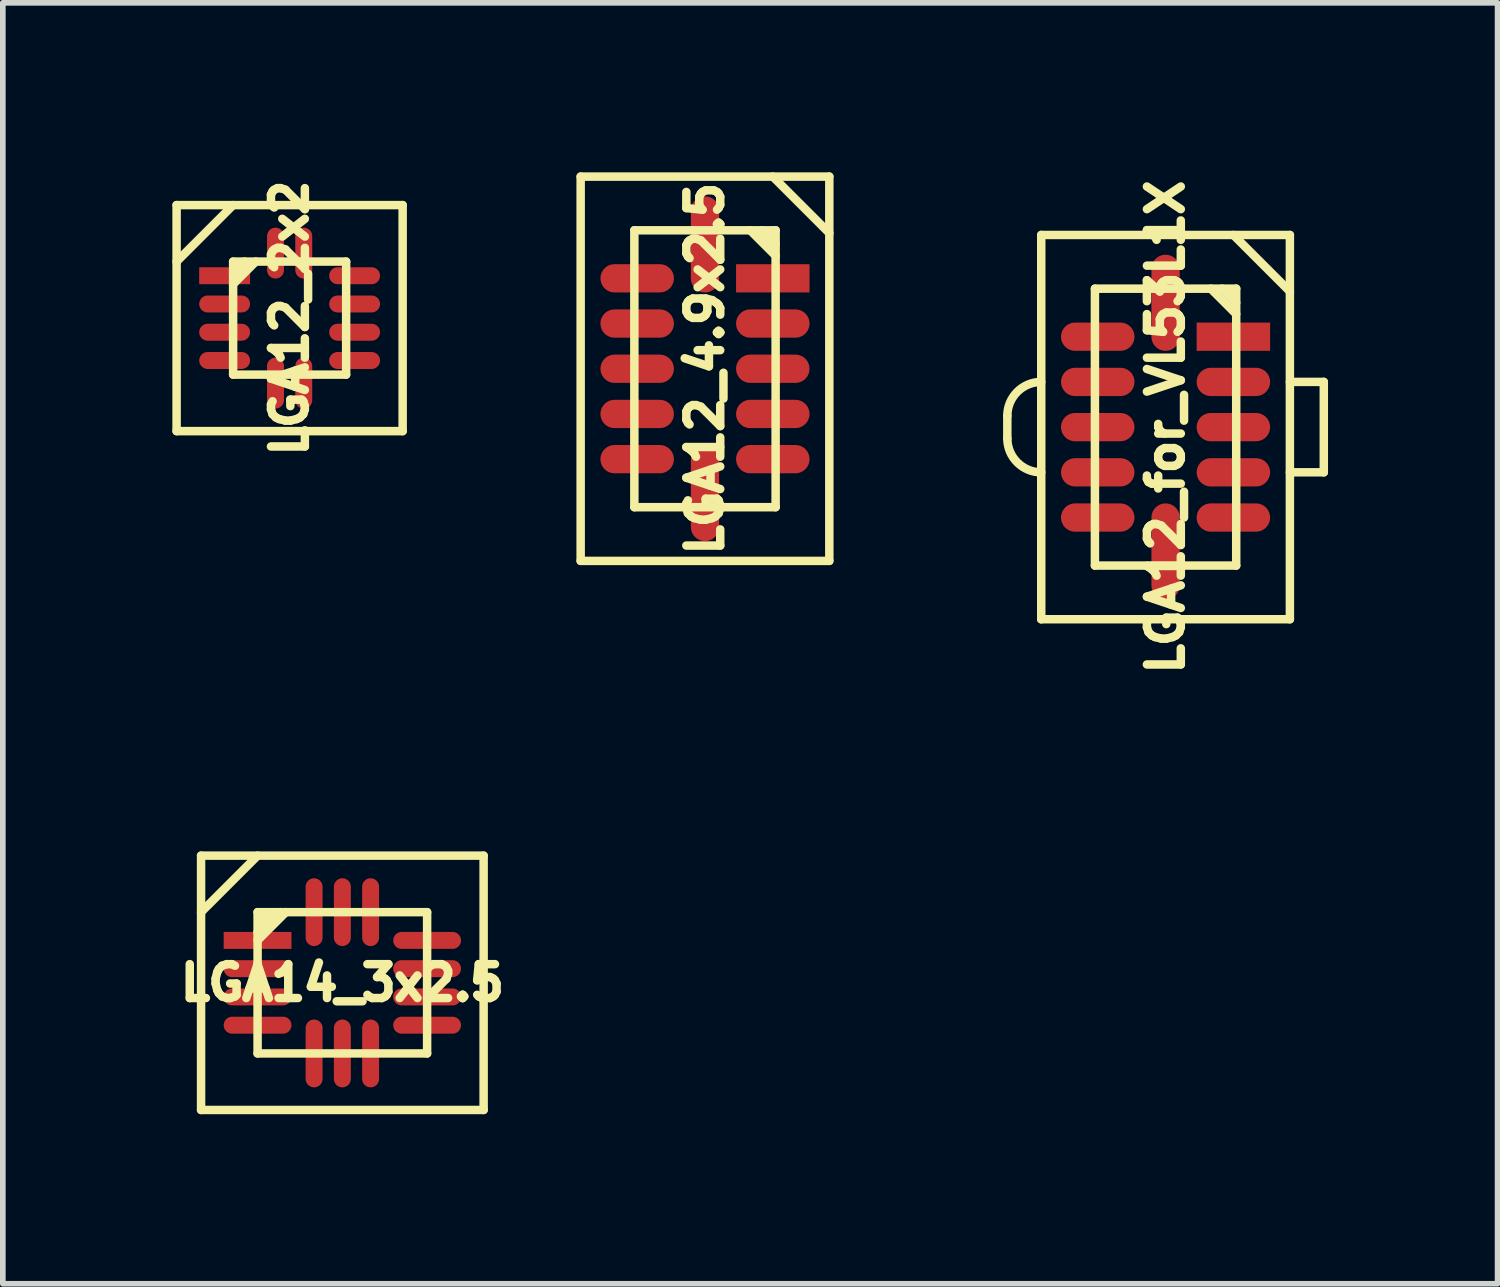
<source format=kicad_pcb>
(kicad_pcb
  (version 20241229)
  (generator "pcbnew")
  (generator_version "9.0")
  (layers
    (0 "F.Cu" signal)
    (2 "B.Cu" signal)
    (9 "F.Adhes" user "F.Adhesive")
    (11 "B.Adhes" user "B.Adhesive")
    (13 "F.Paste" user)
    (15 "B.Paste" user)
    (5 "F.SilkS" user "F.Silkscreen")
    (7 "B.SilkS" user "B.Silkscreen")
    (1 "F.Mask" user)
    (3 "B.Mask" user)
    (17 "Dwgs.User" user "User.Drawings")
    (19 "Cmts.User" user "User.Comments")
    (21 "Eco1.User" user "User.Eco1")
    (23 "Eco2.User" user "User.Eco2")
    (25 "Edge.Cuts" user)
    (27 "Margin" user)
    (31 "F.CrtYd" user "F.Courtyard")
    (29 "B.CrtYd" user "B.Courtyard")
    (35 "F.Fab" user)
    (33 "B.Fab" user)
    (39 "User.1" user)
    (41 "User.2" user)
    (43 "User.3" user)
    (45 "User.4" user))
  (footprint "LGA14_3x2.5"
    (layer "F.Cu")
    (at 3.008 14.341)
    (property "Reference" "LGA14_3x2.5" (at 0 0 0) (layer "F.SilkS") (effects (font (size 0.6 0.6) (thickness 0.15))))
    (attr through_hole)
    (fp_line (start -2.5 -2.25) (end -2.5 2.25) (stroke (width 0.15) (type solid)) (layer "F.SilkS"))
    (fp_line (start -2.5 2.25) (end 2.5 2.25) (stroke (width 0.15) (type solid)) (layer "F.SilkS"))
    (fp_line (start -1.5 -2.25) (end -2.5 -1.25) (stroke (width 0.15) (type solid)) (layer "F.SilkS"))
    (fp_line (start -1.5 -1.25) (end 1.5 -1.25) (stroke (width 0.15) (type solid)) (layer "F.SilkS"))
    (fp_line (start -1.5 -0.9) (end -1.1 -1.25) (stroke (width 0.15) (type solid)) (layer "F.SilkS"))
    (fp_line (start -1.5 -0.75) (end -1 -1.25) (stroke (width 0.15) (type solid)) (layer "F.SilkS"))
    (fp_line (start -1.5 1.25) (end -1.5 -1.25) (stroke (width 0.15) (type solid)) (layer "F.SilkS"))
    (fp_line (start -1.1 -1.25) (end -1.45 -1.1) (stroke (width 0.15) (type solid)) (layer "F.SilkS"))
    (fp_line (start 1.5 -1.25) (end 1.5 1.25) (stroke (width 0.15) (type solid)) (layer "F.SilkS"))
    (fp_line (start 1.5 1.25) (end -1.5 1.25) (stroke (width 0.15) (type solid)) (layer "F.SilkS"))
    (fp_line (start 2.5 -2.25) (end -2.5 -2.25) (stroke (width 0.15) (type solid)) (layer "F.SilkS"))
    (fp_line (start 2.5 2.25) (end 2.5 -2.25) (stroke (width 0.15) (type solid)) (layer "F.SilkS"))
    (pad "1" smd rect (at -1.5 -0.75) (size 1.2 0.3) (layers "F.Cu" "F.Mask" "F.Paste"))
    (pad "2" smd oval (at -1.5 -0.25) (size 1.2 0.3) (layers "F.Cu" "F.Mask" "F.Paste"))
    (pad "3" smd oval (at -1.5 0.25) (size 1.2 0.3) (layers "F.Cu" "F.Mask" "F.Paste"))
    (pad "4" smd oval (at -1.5 0.75) (size 1.2 0.3) (layers "F.Cu" "F.Mask" "F.Paste"))
    (pad "5" smd oval (at -0.5 1.25 90) (size 1.2 0.3) (layers "F.Cu" "F.Mask" "F.Paste"))
    (pad "6" smd oval (at 0 1.25 90) (size 1.2 0.3) (layers "F.Cu" "F.Mask" "F.Paste"))
    (pad "7" smd oval (at 0.5 1.25 90) (size 1.2 0.3) (layers "F.Cu" "F.Mask" "F.Paste"))
    (pad "8" smd oval (at 1.5 0.75) (size 1.2 0.3) (layers "F.Cu" "F.Mask" "F.Paste"))
    (pad "9" smd oval (at 1.5 0.25) (size 1.2 0.3) (layers "F.Cu" "F.Mask" "F.Paste"))
    (pad "10" smd oval (at 1.5 -0.25) (size 1.2 0.3) (layers "F.Cu" "F.Mask" "F.Paste"))
    (pad "11" smd oval (at 1.5 -0.75) (size 1.2 0.3) (layers "F.Cu" "F.Mask" "F.Paste"))
    (pad "12" smd oval (at 0.5 -1.25 90) (size 1.2 0.3) (layers "F.Cu" "F.Mask" "F.Paste"))
    (pad "13" smd oval (at 0 -1.25 90) (size 1.2 0.3) (layers "F.Cu" "F.Mask" "F.Paste"))
    (pad "14" smd oval (at -0.5 -1.25 90) (size 1.2 0.3) (layers "F.Cu" "F.Mask" "F.Paste")))
  (footprint "LGA12_for_VL53L1X"
    (layer "F.Cu")
    (at 17.575 4.508)
    (property "Reference" "LGA12_for_VL53L1X" (at 0 0 90) (layer "F.SilkS") (effects (font (size 0.6 0.6) (thickness 0.15))))
    (attr smd)
    (fp_line (start -2.8 -0.2) (end -2.8 0.2) (stroke (width 0.15) (type solid)) (layer "F.SilkS"))
    (fp_line (start -2.2 -3.4) (end 2.2 -3.4) (stroke (width 0.15) (type solid)) (layer "F.SilkS"))
    (fp_line (start -2.2 3.4) (end -2.2 -3.4) (stroke (width 0.15) (type solid)) (layer "F.SilkS"))
    (fp_line (start -1.25 -2.45) (end 1.25 -2.45) (stroke (width 0.15) (type solid)) (layer "F.SilkS"))
    (fp_line (start -1.25 2.45) (end -1.25 -2.45) (stroke (width 0.15) (type solid)) (layer "F.SilkS"))
    (fp_line (start 1.25 -2.45) (end 1.25 2.45) (stroke (width 0.15) (type solid)) (layer "F.SilkS"))
    (fp_line (start 1.25 -2.2) (end 1 -2.45) (stroke (width 0.15) (type solid)) (layer "F.SilkS"))
    (fp_line (start 1.25 -2) (end 0.8 -2.45) (stroke (width 0.15) (type solid)) (layer "F.SilkS"))
    (fp_line (start 1.25 2.45) (end -1.25 2.45) (stroke (width 0.15) (type solid)) (layer "F.SilkS"))
    (fp_line (start 2.2 -3.4) (end 2.2 3.4) (stroke (width 0.15) (type solid)) (layer "F.SilkS"))
    (fp_line (start 2.2 -2.4) (end 1.2 -3.4) (stroke (width 0.15) (type solid)) (layer "F.SilkS"))
    (fp_line (start 2.2 -0.8) (end 2.8 -0.8) (stroke (width 0.15) (type solid)) (layer "F.SilkS"))
    (fp_line (start 2.2 3.4) (end -2.2 3.4) (stroke (width 0.15) (type solid)) (layer "F.SilkS"))
    (fp_line (start 2.8 -0.8) (end 2.8 0.8) (stroke (width 0.15) (type solid)) (layer "F.SilkS"))
    (fp_line (start 2.8 0.8) (end 2.2 0.8) (stroke (width 0.15) (type solid)) (layer "F.SilkS"))
    (fp_arc (start -2.8 -0.2) (mid -2.624264 -0.624264) (end -2.2 -0.8) (stroke (width 0.15) (type solid)) (layer "F.SilkS"))
    (fp_arc (start -2.2 0.8) (mid -2.624264 0.624264) (end -2.8 0.2) (stroke (width 0.15) (type solid)) (layer "F.SilkS"))
    (pad "1" smd rect (at 1.2 -1.6) (size 1.3 0.5) (layers "F.Cu" "F.Mask" "F.Paste"))
    (pad "2" smd oval (at 1.2 -0.8) (size 1.3 0.5) (layers "F.Cu" "F.Mask" "F.Paste"))
    (pad "3" smd oval (at 1.2 0) (size 1.3 0.5) (layers "F.Cu" "F.Mask" "F.Paste"))
    (pad "4" smd oval (at 1.2 0.8) (size 1.3 0.5) (layers "F.Cu" "F.Mask" "F.Paste"))
    (pad "5" smd oval (at 1.2 1.6) (size 1.3 0.5) (layers "F.Cu" "F.Mask" "F.Paste"))
    (pad "6" smd oval (at 0 2.2) (size 0.5 1.7) (layers "F.Cu" "F.Mask" "F.Paste"))
    (pad "7" smd oval (at -1.2 1.6) (size 1.3 0.5) (layers "F.Cu" "F.Mask" "F.Paste"))
    (pad "8" smd oval (at -1.2 0.8) (size 1.3 0.5) (layers "F.Cu" "F.Mask" "F.Paste"))
    (pad "9" smd oval (at -1.2 0) (size 1.3 0.5) (layers "F.Cu" "F.Mask" "F.Paste"))
    (pad "10" smd oval (at -1.2 -0.8) (size 1.3 0.5) (layers "F.Cu" "F.Mask" "F.Paste"))
    (pad "11" smd oval (at -1.2 -1.6) (size 1.3 0.5) (layers "F.Cu" "F.Mask" "F.Paste"))
    (pad "12" smd oval (at 0 -2.2) (size 0.5 1.7) (layers "F.Cu" "F.Mask" "F.Paste")))
  (footprint "LGA12_2x2"
    (layer "F.Cu")
    (at 2.075 2.579)
    (property "Reference" "LGA12_2x2" (at 0 0 90) (layer "F.SilkS") (effects (font (size 0.6 0.6) (thickness 0.15))))
    (attr smd)
    (fp_line (start -2 -2) (end 2 -2) (stroke (width 0.15) (type solid)) (layer "F.SilkS"))
    (fp_line (start -2 2) (end -2 -2) (stroke (width 0.15) (type solid)) (layer "F.SilkS"))
    (fp_line (start -1 -2) (end -2 -1) (stroke (width 0.15) (type solid)) (layer "F.SilkS"))
    (fp_line (start -1 -1) (end 1 -1) (stroke (width 0.15) (type solid)) (layer "F.SilkS"))
    (fp_line (start -1 -0.8) (end -0.8 -1) (stroke (width 0.15) (type solid)) (layer "F.SilkS"))
    (fp_line (start -1 -0.6) (end -0.6 -1) (stroke (width 0.15) (type solid)) (layer "F.SilkS"))
    (fp_line (start -1 1) (end -1 -1) (stroke (width 0.15) (type solid)) (layer "F.SilkS"))
    (fp_line (start 1 -1) (end 1 1) (stroke (width 0.15) (type solid)) (layer "F.SilkS"))
    (fp_line (start 1 1) (end -1 1) (stroke (width 0.15) (type solid)) (layer "F.SilkS"))
    (fp_line (start 2 -2) (end 2 2) (stroke (width 0.15) (type solid)) (layer "F.SilkS"))
    (fp_line (start 2 2) (end -2 2) (stroke (width 0.15) (type solid)) (layer "F.SilkS"))
    (pad "1" smd rect (at -1.15 -0.75) (size 0.9 0.3) (layers "F.Cu" "F.Mask" "F.Paste"))
    (pad "2" smd oval (at -1.15 -0.25) (size 0.9 0.3) (layers "F.Cu" "F.Mask" "F.Paste"))
    (pad "3" smd oval (at -1.15 0.25) (size 0.9 0.3) (layers "F.Cu" "F.Mask" "F.Paste"))
    (pad "4" smd oval (at -1.15 0.75) (size 0.9 0.3) (layers "F.Cu" "F.Mask" "F.Paste"))
    (pad "5" smd oval (at -0.25 1.15 270) (size 0.9 0.3) (layers "F.Cu" "F.Mask" "F.Paste"))
    (pad "6" smd oval (at 0.25 1.15 270) (size 0.9 0.3) (layers "F.Cu" "F.Mask" "F.Paste"))
    (pad "7" smd oval (at 1.15 0.75) (size 0.9 0.3) (layers "F.Cu" "F.Mask" "F.Paste"))
    (pad "8" smd oval (at 1.15 0.25) (size 0.9 0.3) (layers "F.Cu" "F.Mask" "F.Paste"))
    (pad "9" smd oval (at 1.15 -0.25) (size 0.9 0.3) (layers "F.Cu" "F.Mask" "F.Paste"))
    (pad "10" smd oval (at 1.15 -0.75) (size 0.9 0.3) (layers "F.Cu" "F.Mask" "F.Paste"))
    (pad "11" smd oval (at 0.25 -1.15 270) (size 0.9 0.3) (layers "F.Cu" "F.Mask" "F.Paste"))
    (pad "12" smd oval (at -0.25 -1.15 270) (size 0.9 0.3) (layers "F.Cu" "F.Mask" "F.Paste")))
  (footprint "LGA12_4.9x2.5"
    (layer "F.Cu")
    (at 9.425 3.475)
    (property "Reference" "LGA12_4.9x2.5" (at 0 0 90) (layer "F.SilkS") (effects (font (size 0.6 0.6) (thickness 0.15))))
    (attr smd)
    (fp_line (start -2.2 -3.4) (end 2.2 -3.4) (stroke (width 0.15) (type solid)) (layer "F.SilkS"))
    (fp_line (start -2.2 3.4) (end -2.2 -3.4) (stroke (width 0.15) (type solid)) (layer "F.SilkS"))
    (fp_line (start -1.25 -2.45) (end 1.25 -2.45) (stroke (width 0.15) (type solid)) (layer "F.SilkS"))
    (fp_line (start -1.25 2.45) (end -1.25 -2.45) (stroke (width 0.15) (type solid)) (layer "F.SilkS"))
    (fp_line (start 1.25 -2.45) (end 1.25 2.45) (stroke (width 0.15) (type solid)) (layer "F.SilkS"))
    (fp_line (start 1.25 -2.2) (end 1 -2.45) (stroke (width 0.15) (type solid)) (layer "F.SilkS"))
    (fp_line (start 1.25 -2) (end 0.8 -2.45) (stroke (width 0.15) (type solid)) (layer "F.SilkS"))
    (fp_line (start 1.25 2.45) (end -1.25 2.45) (stroke (width 0.15) (type solid)) (layer "F.SilkS"))
    (fp_line (start 2.2 -3.4) (end 2.2 3.4) (stroke (width 0.15) (type solid)) (layer "F.SilkS"))
    (fp_line (start 2.2 -2.4) (end 1.2 -3.4) (stroke (width 0.15) (type solid)) (layer "F.SilkS"))
    (fp_line (start 2.2 3.4) (end -2.2 3.4) (stroke (width 0.15) (type solid)) (layer "F.SilkS"))
    (pad "1" smd rect (at 1.2 -1.6) (size 1.3 0.5) (layers "F.Cu" "F.Mask" "F.Paste"))
    (pad "2" smd oval (at 1.2 -0.8) (size 1.3 0.5) (layers "F.Cu" "F.Mask" "F.Paste"))
    (pad "3" smd oval (at 1.2 0) (size 1.3 0.5) (layers "F.Cu" "F.Mask" "F.Paste"))
    (pad "4" smd oval (at 1.2 0.8) (size 1.3 0.5) (layers "F.Cu" "F.Mask" "F.Paste"))
    (pad "5" smd oval (at 1.2 1.6) (size 1.3 0.5) (layers "F.Cu" "F.Mask" "F.Paste"))
    (pad "6" smd oval (at 0 2.2) (size 0.5 1.7) (layers "F.Cu" "F.Mask" "F.Paste"))
    (pad "7" smd oval (at -1.2 1.6) (size 1.3 0.5) (layers "F.Cu" "F.Mask" "F.Paste"))
    (pad "8" smd oval (at -1.2 0.8) (size 1.3 0.5) (layers "F.Cu" "F.Mask" "F.Paste"))
    (pad "9" smd oval (at -1.2 0) (size 1.3 0.5) (layers "F.Cu" "F.Mask" "F.Paste"))
    (pad "10" smd oval (at -1.2 -0.8) (size 1.3 0.5) (layers "F.Cu" "F.Mask" "F.Paste"))
    (pad "11" smd oval (at -1.2 -1.6) (size 1.3 0.5) (layers "F.Cu" "F.Mask" "F.Paste"))
    (pad "12" smd oval (at 0 -2.2) (size 0.5 1.7) (layers "F.Cu" "F.Mask" "F.Paste")))
  (gr_rect
    (start -3 -3)
    (end 23.45 19.666)
    (stroke (width 0.1) (type default))
    (fill no)
    (layer "Edge.Cuts")))
</source>
